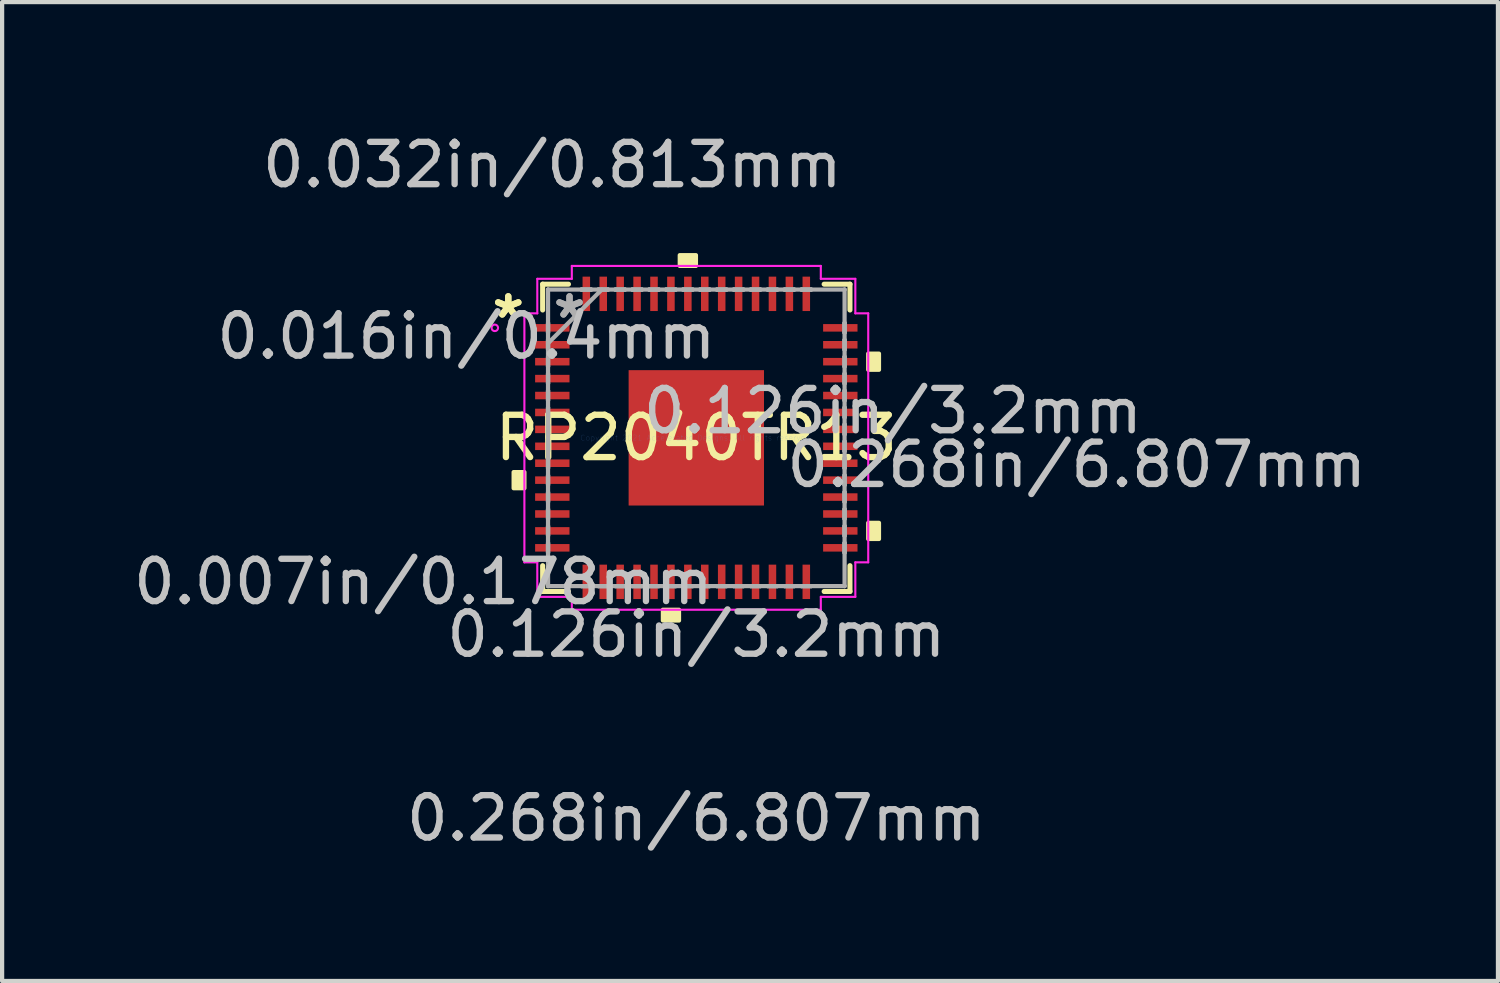
<source format=kicad_pcb>
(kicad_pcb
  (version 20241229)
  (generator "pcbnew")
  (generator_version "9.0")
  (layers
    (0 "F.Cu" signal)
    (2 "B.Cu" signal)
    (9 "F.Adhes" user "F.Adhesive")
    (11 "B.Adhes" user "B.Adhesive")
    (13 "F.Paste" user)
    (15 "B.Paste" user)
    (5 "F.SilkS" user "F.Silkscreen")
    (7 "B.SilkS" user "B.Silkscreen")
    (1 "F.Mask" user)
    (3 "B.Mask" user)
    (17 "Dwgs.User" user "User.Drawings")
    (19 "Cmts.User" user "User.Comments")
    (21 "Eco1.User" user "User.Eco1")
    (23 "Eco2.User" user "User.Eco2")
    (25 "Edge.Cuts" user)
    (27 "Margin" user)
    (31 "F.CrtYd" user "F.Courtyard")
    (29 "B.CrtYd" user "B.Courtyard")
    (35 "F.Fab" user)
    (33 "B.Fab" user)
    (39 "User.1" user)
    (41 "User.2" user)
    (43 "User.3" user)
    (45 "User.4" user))
  (footprint "RP2040TR13"
    (layer "F.Cu")
    (at 13.41 7.3)
    (property "Reference" "RP2040TR13" (at 0 0 0) (layer "F.SilkS") (effects (font (size 1 1) (thickness 0.15))))
    (attr through_hole)
    (fp_line (start -3.632 -3.632) (end -3.632 -3.022) (stroke (width 0.12) (type solid)) (layer "F.SilkS"))
    (fp_line (start -3.632 3.022) (end -3.632 3.632) (stroke (width 0.12) (type solid)) (layer "F.SilkS"))
    (fp_line (start -3.632 3.632) (end -3.022 3.632) (stroke (width 0.12) (type solid)) (layer "F.SilkS"))
    (fp_line (start -3.022 -3.632) (end -3.632 -3.632) (stroke (width 0.12) (type solid)) (layer "F.SilkS"))
    (fp_line (start 3.022 3.632) (end 3.632 3.632) (stroke (width 0.12) (type solid)) (layer "F.SilkS"))
    (fp_line (start 3.632 -3.632) (end 3.022 -3.632) (stroke (width 0.12) (type solid)) (layer "F.SilkS"))
    (fp_line (start 3.632 -3.022) (end 3.632 -3.632) (stroke (width 0.12) (type solid)) (layer "F.SilkS"))
    (fp_line (start 3.632 3.632) (end 3.632 3.022) (stroke (width 0.12) (type solid)) (layer "F.SilkS"))
    (fp_poly (pts (xy -4.318 0.81) (xy -4.318 1.191) (xy -4.064 1.191) (xy -4.064 0.81)) (stroke (width 0.1) (type solid)) (fill yes) (layer "F.SilkS"))
    (fp_poly (pts (xy -0.79 4.064) (xy -0.79 4.318) (xy -0.409 4.318) (xy -0.409 4.064)) (stroke (width 0.1) (type solid)) (fill yes) (layer "F.SilkS"))
    (fp_poly (pts (xy -0.391 -4.064) (xy -0.391 -4.318) (xy -0.009 -4.318) (xy -0.009 -4.064)) (stroke (width 0.1) (type solid)) (fill yes) (layer "F.SilkS"))
    (fp_poly (pts (xy 4.318 -1.99) (xy 4.318 -1.609) (xy 4.064 -1.609) (xy 4.064 -1.99)) (stroke (width 0.1) (type solid)) (fill yes) (layer "F.SilkS"))
    (fp_poly (pts (xy 4.318 2.01) (xy 4.318 2.391) (xy 4.064 2.391) (xy 4.064 2.01)) (stroke (width 0.1) (type solid)) (fill yes) (layer "F.SilkS"))
    (fp_poly (pts (xy -1.5 -1.5) (xy -1.5 -0.1) (xy -0.1 -0.1) (xy -0.1 -1.5)) (stroke (width 0.1) (type solid)) (fill yes) (layer "F.Paste"))
    (fp_poly (pts (xy -1.5 0.1) (xy -1.5 1.5) (xy -0.1 1.5) (xy -0.1 0.1)) (stroke (width 0.1) (type solid)) (fill yes) (layer "F.Paste"))
    (fp_poly (pts (xy 0.1 -1.5) (xy 0.1 -0.1) (xy 1.5 -0.1) (xy 1.5 -1.5)) (stroke (width 0.1) (type solid)) (fill yes) (layer "F.Paste"))
    (fp_poly (pts (xy 0.1 0.1) (xy 0.1 1.5) (xy 1.5 1.5) (xy 1.5 0.1)) (stroke (width 0.1) (type solid)) (fill yes) (layer "F.Paste"))
    (fp_line (start -4.064 -2.943) (end -3.759 -2.943) (stroke (width 0.05) (type solid)) (layer "F.CrtYd"))
    (fp_line (start -4.064 2.943) (end -4.064 -2.943) (stroke (width 0.05) (type solid)) (layer "F.CrtYd"))
    (fp_line (start -3.759 -3.759) (end -2.943 -3.759) (stroke (width 0.05) (type solid)) (layer "F.CrtYd"))
    (fp_line (start -3.759 -2.943) (end -3.759 -3.759) (stroke (width 0.05) (type solid)) (layer "F.CrtYd"))
    (fp_line (start -3.759 2.943) (end -4.064 2.943) (stroke (width 0.05) (type solid)) (layer "F.CrtYd"))
    (fp_line (start -3.759 3.759) (end -3.759 2.943) (stroke (width 0.05) (type solid)) (layer "F.CrtYd"))
    (fp_line (start -2.943 -4.064) (end 2.943 -4.064) (stroke (width 0.05) (type solid)) (layer "F.CrtYd"))
    (fp_line (start -2.943 -3.759) (end -2.943 -4.064) (stroke (width 0.05) (type solid)) (layer "F.CrtYd"))
    (fp_line (start -2.943 3.759) (end -3.759 3.759) (stroke (width 0.05) (type solid)) (layer "F.CrtYd"))
    (fp_line (start -2.943 4.064) (end -2.943 3.759) (stroke (width 0.05) (type solid)) (layer "F.CrtYd"))
    (fp_line (start 2.943 -4.064) (end 2.943 -3.759) (stroke (width 0.05) (type solid)) (layer "F.CrtYd"))
    (fp_line (start 2.943 -3.759) (end 3.759 -3.759) (stroke (width 0.05) (type solid)) (layer "F.CrtYd"))
    (fp_line (start 2.943 3.759) (end 2.943 4.064) (stroke (width 0.05) (type solid)) (layer "F.CrtYd"))
    (fp_line (start 2.943 4.064) (end -2.943 4.064) (stroke (width 0.05) (type solid)) (layer "F.CrtYd"))
    (fp_line (start 3.759 -3.759) (end 3.759 -2.943) (stroke (width 0.05) (type solid)) (layer "F.CrtYd"))
    (fp_line (start 3.759 -2.943) (end 4.064 -2.943) (stroke (width 0.05) (type solid)) (layer "F.CrtYd"))
    (fp_line (start 3.759 2.943) (end 3.759 3.759) (stroke (width 0.05) (type solid)) (layer "F.CrtYd"))
    (fp_line (start 3.759 3.759) (end 2.943 3.759) (stroke (width 0.05) (type solid)) (layer "F.CrtYd"))
    (fp_line (start 4.064 -2.943) (end 4.064 2.943) (stroke (width 0.05) (type solid)) (layer "F.CrtYd"))
    (fp_line (start 4.064 2.943) (end 3.759 2.943) (stroke (width 0.05) (type solid)) (layer "F.CrtYd"))
    (fp_circle (center -4.763 -2.6) (end -4.686 -2.6) (stroke (width 0.05) (type solid)) (fill no) (layer "F.CrtYd"))
    (fp_line (start -3.505 -3.505) (end -3.505 -3.505) (stroke (width 0.1) (type solid)) (layer "F.Fab"))
    (fp_line (start -3.505 -3.505) (end -3.505 3.505) (stroke (width 0.1) (type solid)) (layer "F.Fab"))
    (fp_line (start -3.505 -2.714) (end -3.505 -2.714) (stroke (width 0.1) (type solid)) (layer "F.Fab"))
    (fp_line (start -3.505 -2.714) (end -3.505 -2.486) (stroke (width 0.1) (type solid)) (layer "F.Fab"))
    (fp_line (start -3.505 -2.486) (end -3.505 -2.714) (stroke (width 0.1) (type solid)) (layer "F.Fab"))
    (fp_line (start -3.505 -2.486) (end -3.505 -2.486) (stroke (width 0.1) (type solid)) (layer "F.Fab"))
    (fp_line (start -3.505 -2.314) (end -3.505 -2.314) (stroke (width 0.1) (type solid)) (layer "F.Fab"))
    (fp_line (start -3.505 -2.314) (end -3.505 -2.086) (stroke (width 0.1) (type solid)) (layer "F.Fab"))
    (fp_line (start -3.505 -2.235) (end -2.235 -3.505) (stroke (width 0.1) (type solid)) (layer "F.Fab"))
    (fp_line (start -3.505 -2.086) (end -3.505 -2.314) (stroke (width 0.1) (type solid)) (layer "F.Fab"))
    (fp_line (start -3.505 -2.086) (end -3.505 -2.086) (stroke (width 0.1) (type solid)) (layer "F.Fab"))
    (fp_line (start -3.505 -1.914) (end -3.505 -1.914) (stroke (width 0.1) (type solid)) (layer "F.Fab"))
    (fp_line (start -3.505 -1.914) (end -3.505 -1.686) (stroke (width 0.1) (type solid)) (layer "F.Fab"))
    (fp_line (start -3.505 -1.686) (end -3.505 -1.914) (stroke (width 0.1) (type solid)) (layer "F.Fab"))
    (fp_line (start -3.505 -1.686) (end -3.505 -1.686) (stroke (width 0.1) (type solid)) (layer "F.Fab"))
    (fp_line (start -3.505 -1.514) (end -3.505 -1.514) (stroke (width 0.1) (type solid)) (layer "F.Fab"))
    (fp_line (start -3.505 -1.514) (end -3.505 -1.286) (stroke (width 0.1) (type solid)) (layer "F.Fab"))
    (fp_line (start -3.505 -1.286) (end -3.505 -1.514) (stroke (width 0.1) (type solid)) (layer "F.Fab"))
    (fp_line (start -3.505 -1.286) (end -3.505 -1.286) (stroke (width 0.1) (type solid)) (layer "F.Fab"))
    (fp_line (start -3.505 -1.114) (end -3.505 -1.114) (stroke (width 0.1) (type solid)) (layer "F.Fab"))
    (fp_line (start -3.505 -1.114) (end -3.505 -0.886) (stroke (width 0.1) (type solid)) (layer "F.Fab"))
    (fp_line (start -3.505 -0.886) (end -3.505 -1.114) (stroke (width 0.1) (type solid)) (layer "F.Fab"))
    (fp_line (start -3.505 -0.886) (end -3.505 -0.886) (stroke (width 0.1) (type solid)) (layer "F.Fab"))
    (fp_line (start -3.505 -0.714) (end -3.505 -0.714) (stroke (width 0.1) (type solid)) (layer "F.Fab"))
    (fp_line (start -3.505 -0.714) (end -3.505 -0.486) (stroke (width 0.1) (type solid)) (layer "F.Fab"))
    (fp_line (start -3.505 -0.486) (end -3.505 -0.714) (stroke (width 0.1) (type solid)) (layer "F.Fab"))
    (fp_line (start -3.505 -0.486) (end -3.505 -0.486) (stroke (width 0.1) (type solid)) (layer "F.Fab"))
    (fp_line (start -3.505 -0.314) (end -3.505 -0.314) (stroke (width 0.1) (type solid)) (layer "F.Fab"))
    (fp_line (start -3.505 -0.314) (end -3.505 -0.086) (stroke (width 0.1) (type solid)) (layer "F.Fab"))
    (fp_line (start -3.505 -0.086) (end -3.505 -0.314) (stroke (width 0.1) (type solid)) (layer "F.Fab"))
    (fp_line (start -3.505 -0.086) (end -3.505 -0.086) (stroke (width 0.1) (type solid)) (layer "F.Fab"))
    (fp_line (start -3.505 0.086) (end -3.505 0.086) (stroke (width 0.1) (type solid)) (layer "F.Fab"))
    (fp_line (start -3.505 0.086) (end -3.505 0.314) (stroke (width 0.1) (type solid)) (layer "F.Fab"))
    (fp_line (start -3.505 0.314) (end -3.505 0.086) (stroke (width 0.1) (type solid)) (layer "F.Fab"))
    (fp_line (start -3.505 0.314) (end -3.505 0.314) (stroke (width 0.1) (type solid)) (layer "F.Fab"))
    (fp_line (start -3.505 0.486) (end -3.505 0.486) (stroke (width 0.1) (type solid)) (layer "F.Fab"))
    (fp_line (start -3.505 0.486) (end -3.505 0.714) (stroke (width 0.1) (type solid)) (layer "F.Fab"))
    (fp_line (start -3.505 0.714) (end -3.505 0.486) (stroke (width 0.1) (type solid)) (layer "F.Fab"))
    (fp_line (start -3.505 0.714) (end -3.505 0.714) (stroke (width 0.1) (type solid)) (layer "F.Fab"))
    (fp_line (start -3.505 0.886) (end -3.505 0.886) (stroke (width 0.1) (type solid)) (layer "F.Fab"))
    (fp_line (start -3.505 0.886) (end -3.505 1.114) (stroke (width 0.1) (type solid)) (layer "F.Fab"))
    (fp_line (start -3.505 1.114) (end -3.505 0.886) (stroke (width 0.1) (type solid)) (layer "F.Fab"))
    (fp_line (start -3.505 1.114) (end -3.505 1.114) (stroke (width 0.1) (type solid)) (layer "F.Fab"))
    (fp_line (start -3.505 1.286) (end -3.505 1.286) (stroke (width 0.1) (type solid)) (layer "F.Fab"))
    (fp_line (start -3.505 1.286) (end -3.505 1.514) (stroke (width 0.1) (type solid)) (layer "F.Fab"))
    (fp_line (start -3.505 1.514) (end -3.505 1.286) (stroke (width 0.1) (type solid)) (layer "F.Fab"))
    (fp_line (start -3.505 1.514) (end -3.505 1.514) (stroke (width 0.1) (type solid)) (layer "F.Fab"))
    (fp_line (start -3.505 1.686) (end -3.505 1.686) (stroke (width 0.1) (type solid)) (layer "F.Fab"))
    (fp_line (start -3.505 1.686) (end -3.505 1.914) (stroke (width 0.1) (type solid)) (layer "F.Fab"))
    (fp_line (start -3.505 1.914) (end -3.505 1.686) (stroke (width 0.1) (type solid)) (layer "F.Fab"))
    (fp_line (start -3.505 1.914) (end -3.505 1.914) (stroke (width 0.1) (type solid)) (layer "F.Fab"))
    (fp_line (start -3.505 2.086) (end -3.505 2.086) (stroke (width 0.1) (type solid)) (layer "F.Fab"))
    (fp_line (start -3.505 2.086) (end -3.505 2.314) (stroke (width 0.1) (type solid)) (layer "F.Fab"))
    (fp_line (start -3.505 2.314) (end -3.505 2.086) (stroke (width 0.1) (type solid)) (layer "F.Fab"))
    (fp_line (start -3.505 2.314) (end -3.505 2.314) (stroke (width 0.1) (type solid)) (layer "F.Fab"))
    (fp_line (start -3.505 2.486) (end -3.505 2.486) (stroke (width 0.1) (type solid)) (layer "F.Fab"))
    (fp_line (start -3.505 2.486) (end -3.505 2.714) (stroke (width 0.1) (type solid)) (layer "F.Fab"))
    (fp_line (start -3.505 2.714) (end -3.505 2.486) (stroke (width 0.1) (type solid)) (layer "F.Fab"))
    (fp_line (start -3.505 2.714) (end -3.505 2.714) (stroke (width 0.1) (type solid)) (layer "F.Fab"))
    (fp_line (start -3.505 3.505) (end -3.505 3.505) (stroke (width 0.1) (type solid)) (layer "F.Fab"))
    (fp_line (start -3.505 3.505) (end 3.505 3.505) (stroke (width 0.1) (type solid)) (layer "F.Fab"))
    (fp_line (start -2.714 -3.505) (end -2.714 -3.505) (stroke (width 0.1) (type solid)) (layer "F.Fab"))
    (fp_line (start -2.714 -3.505) (end -2.486 -3.505) (stroke (width 0.1) (type solid)) (layer "F.Fab"))
    (fp_line (start -2.714 3.505) (end -2.714 3.505) (stroke (width 0.1) (type solid)) (layer "F.Fab"))
    (fp_line (start -2.714 3.505) (end -2.486 3.505) (stroke (width 0.1) (type solid)) (layer "F.Fab"))
    (fp_line (start -2.486 -3.505) (end -2.714 -3.505) (stroke (width 0.1) (type solid)) (layer "F.Fab"))
    (fp_line (start -2.486 -3.505) (end -2.486 -3.505) (stroke (width 0.1) (type solid)) (layer "F.Fab"))
    (fp_line (start -2.486 3.505) (end -2.714 3.505) (stroke (width 0.1) (type solid)) (layer "F.Fab"))
    (fp_line (start -2.486 3.505) (end -2.486 3.505) (stroke (width 0.1) (type solid)) (layer "F.Fab"))
    (fp_line (start -2.314 -3.505) (end -2.314 -3.505) (stroke (width 0.1) (type solid)) (layer "F.Fab"))
    (fp_line (start -2.314 -3.505) (end -2.086 -3.505) (stroke (width 0.1) (type solid)) (layer "F.Fab"))
    (fp_line (start -2.314 3.505) (end -2.314 3.505) (stroke (width 0.1) (type solid)) (layer "F.Fab"))
    (fp_line (start -2.314 3.505) (end -2.086 3.505) (stroke (width 0.1) (type solid)) (layer "F.Fab"))
    (fp_line (start -2.086 -3.505) (end -2.314 -3.505) (stroke (width 0.1) (type solid)) (layer "F.Fab"))
    (fp_line (start -2.086 -3.505) (end -2.086 -3.505) (stroke (width 0.1) (type solid)) (layer "F.Fab"))
    (fp_line (start -2.086 3.505) (end -2.314 3.505) (stroke (width 0.1) (type solid)) (layer "F.Fab"))
    (fp_line (start -2.086 3.505) (end -2.086 3.505) (stroke (width 0.1) (type solid)) (layer "F.Fab"))
    (fp_line (start -1.914 -3.505) (end -1.914 -3.505) (stroke (width 0.1) (type solid)) (layer "F.Fab"))
    (fp_line (start -1.914 -3.505) (end -1.686 -3.505) (stroke (width 0.1) (type solid)) (layer "F.Fab"))
    (fp_line (start -1.914 3.505) (end -1.914 3.505) (stroke (width 0.1) (type solid)) (layer "F.Fab"))
    (fp_line (start -1.914 3.505) (end -1.686 3.505) (stroke (width 0.1) (type solid)) (layer "F.Fab"))
    (fp_line (start -1.686 -3.505) (end -1.914 -3.505) (stroke (width 0.1) (type solid)) (layer "F.Fab"))
    (fp_line (start -1.686 -3.505) (end -1.686 -3.505) (stroke (width 0.1) (type solid)) (layer "F.Fab"))
    (fp_line (start -1.686 3.505) (end -1.914 3.505) (stroke (width 0.1) (type solid)) (layer "F.Fab"))
    (fp_line (start -1.686 3.505) (end -1.686 3.505) (stroke (width 0.1) (type solid)) (layer "F.Fab"))
    (fp_line (start -1.514 -3.505) (end -1.514 -3.505) (stroke (width 0.1) (type solid)) (layer "F.Fab"))
    (fp_line (start -1.514 -3.505) (end -1.286 -3.505) (stroke (width 0.1) (type solid)) (layer "F.Fab"))
    (fp_line (start -1.514 3.505) (end -1.514 3.505) (stroke (width 0.1) (type solid)) (layer "F.Fab"))
    (fp_line (start -1.514 3.505) (end -1.286 3.505) (stroke (width 0.1) (type solid)) (layer "F.Fab"))
    (fp_line (start -1.286 -3.505) (end -1.514 -3.505) (stroke (width 0.1) (type solid)) (layer "F.Fab"))
    (fp_line (start -1.286 -3.505) (end -1.286 -3.505) (stroke (width 0.1) (type solid)) (layer "F.Fab"))
    (fp_line (start -1.286 3.505) (end -1.514 3.505) (stroke (width 0.1) (type solid)) (layer "F.Fab"))
    (fp_line (start -1.286 3.505) (end -1.286 3.505) (stroke (width 0.1) (type solid)) (layer "F.Fab"))
    (fp_line (start -1.114 -3.505) (end -1.114 -3.505) (stroke (width 0.1) (type solid)) (layer "F.Fab"))
    (fp_line (start -1.114 -3.505) (end -0.886 -3.505) (stroke (width 0.1) (type solid)) (layer "F.Fab"))
    (fp_line (start -1.114 3.505) (end -1.114 3.505) (stroke (width 0.1) (type solid)) (layer "F.Fab"))
    (fp_line (start -1.114 3.505) (end -0.886 3.505) (stroke (width 0.1) (type solid)) (layer "F.Fab"))
    (fp_line (start -0.886 -3.505) (end -1.114 -3.505) (stroke (width 0.1) (type solid)) (layer "F.Fab"))
    (fp_line (start -0.886 -3.505) (end -0.886 -3.505) (stroke (width 0.1) (type solid)) (layer "F.Fab"))
    (fp_line (start -0.886 3.505) (end -1.114 3.505) (stroke (width 0.1) (type solid)) (layer "F.Fab"))
    (fp_line (start -0.886 3.505) (end -0.886 3.505) (stroke (width 0.1) (type solid)) (layer "F.Fab"))
    (fp_line (start -0.714 -3.505) (end -0.714 -3.505) (stroke (width 0.1) (type solid)) (layer "F.Fab"))
    (fp_line (start -0.714 -3.505) (end -0.486 -3.505) (stroke (width 0.1) (type solid)) (layer "F.Fab"))
    (fp_line (start -0.714 3.505) (end -0.714 3.505) (stroke (width 0.1) (type solid)) (layer "F.Fab"))
    (fp_line (start -0.714 3.505) (end -0.486 3.505) (stroke (width 0.1) (type solid)) (layer "F.Fab"))
    (fp_line (start -0.486 -3.505) (end -0.714 -3.505) (stroke (width 0.1) (type solid)) (layer "F.Fab"))
    (fp_line (start -0.486 -3.505) (end -0.486 -3.505) (stroke (width 0.1) (type solid)) (layer "F.Fab"))
    (fp_line (start -0.486 3.505) (end -0.714 3.505) (stroke (width 0.1) (type solid)) (layer "F.Fab"))
    (fp_line (start -0.486 3.505) (end -0.486 3.505) (stroke (width 0.1) (type solid)) (layer "F.Fab"))
    (fp_line (start -0.314 -3.505) (end -0.314 -3.505) (stroke (width 0.1) (type solid)) (layer "F.Fab"))
    (fp_line (start -0.314 -3.505) (end -0.086 -3.505) (stroke (width 0.1) (type solid)) (layer "F.Fab"))
    (fp_line (start -0.314 3.505) (end -0.314 3.505) (stroke (width 0.1) (type solid)) (layer "F.Fab"))
    (fp_line (start -0.314 3.505) (end -0.086 3.505) (stroke (width 0.1) (type solid)) (layer "F.Fab"))
    (fp_line (start -0.086 -3.505) (end -0.314 -3.505) (stroke (width 0.1) (type solid)) (layer "F.Fab"))
    (fp_line (start -0.086 -3.505) (end -0.086 -3.505) (stroke (width 0.1) (type solid)) (layer "F.Fab"))
    (fp_line (start -0.086 3.505) (end -0.314 3.505) (stroke (width 0.1) (type solid)) (layer "F.Fab"))
    (fp_line (start -0.086 3.505) (end -0.086 3.505) (stroke (width 0.1) (type solid)) (layer "F.Fab"))
    (fp_line (start 0.086 -3.505) (end 0.086 -3.505) (stroke (width 0.1) (type solid)) (layer "F.Fab"))
    (fp_line (start 0.086 -3.505) (end 0.314 -3.505) (stroke (width 0.1) (type solid)) (layer "F.Fab"))
    (fp_line (start 0.086 3.505) (end 0.086 3.505) (stroke (width 0.1) (type solid)) (layer "F.Fab"))
    (fp_line (start 0.086 3.505) (end 0.314 3.505) (stroke (width 0.1) (type solid)) (layer "F.Fab"))
    (fp_line (start 0.314 -3.505) (end 0.086 -3.505) (stroke (width 0.1) (type solid)) (layer "F.Fab"))
    (fp_line (start 0.314 -3.505) (end 0.314 -3.505) (stroke (width 0.1) (type solid)) (layer "F.Fab"))
    (fp_line (start 0.314 3.505) (end 0.086 3.505) (stroke (width 0.1) (type solid)) (layer "F.Fab"))
    (fp_line (start 0.314 3.505) (end 0.314 3.505) (stroke (width 0.1) (type solid)) (layer "F.Fab"))
    (fp_line (start 0.486 -3.505) (end 0.486 -3.505) (stroke (width 0.1) (type solid)) (layer "F.Fab"))
    (fp_line (start 0.486 -3.505) (end 0.714 -3.505) (stroke (width 0.1) (type solid)) (layer "F.Fab"))
    (fp_line (start 0.486 3.505) (end 0.486 3.505) (stroke (width 0.1) (type solid)) (layer "F.Fab"))
    (fp_line (start 0.486 3.505) (end 0.714 3.505) (stroke (width 0.1) (type solid)) (layer "F.Fab"))
    (fp_line (start 0.714 -3.505) (end 0.486 -3.505) (stroke (width 0.1) (type solid)) (layer "F.Fab"))
    (fp_line (start 0.714 -3.505) (end 0.714 -3.505) (stroke (width 0.1) (type solid)) (layer "F.Fab"))
    (fp_line (start 0.714 3.505) (end 0.486 3.505) (stroke (width 0.1) (type solid)) (layer "F.Fab"))
    (fp_line (start 0.714 3.505) (end 0.714 3.505) (stroke (width 0.1) (type solid)) (layer "F.Fab"))
    (fp_line (start 0.886 -3.505) (end 0.886 -3.505) (stroke (width 0.1) (type solid)) (layer "F.Fab"))
    (fp_line (start 0.886 -3.505) (end 1.114 -3.505) (stroke (width 0.1) (type solid)) (layer "F.Fab"))
    (fp_line (start 0.886 3.505) (end 0.886 3.505) (stroke (width 0.1) (type solid)) (layer "F.Fab"))
    (fp_line (start 0.886 3.505) (end 1.114 3.505) (stroke (width 0.1) (type solid)) (layer "F.Fab"))
    (fp_line (start 1.114 -3.505) (end 0.886 -3.505) (stroke (width 0.1) (type solid)) (layer "F.Fab"))
    (fp_line (start 1.114 -3.505) (end 1.114 -3.505) (stroke (width 0.1) (type solid)) (layer "F.Fab"))
    (fp_line (start 1.114 3.505) (end 0.886 3.505) (stroke (width 0.1) (type solid)) (layer "F.Fab"))
    (fp_line (start 1.114 3.505) (end 1.114 3.505) (stroke (width 0.1) (type solid)) (layer "F.Fab"))
    (fp_line (start 1.286 -3.505) (end 1.286 -3.505) (stroke (width 0.1) (type solid)) (layer "F.Fab"))
    (fp_line (start 1.286 -3.505) (end 1.514 -3.505) (stroke (width 0.1) (type solid)) (layer "F.Fab"))
    (fp_line (start 1.286 3.505) (end 1.286 3.505) (stroke (width 0.1) (type solid)) (layer "F.Fab"))
    (fp_line (start 1.286 3.505) (end 1.514 3.505) (stroke (width 0.1) (type solid)) (layer "F.Fab"))
    (fp_line (start 1.514 -3.505) (end 1.286 -3.505) (stroke (width 0.1) (type solid)) (layer "F.Fab"))
    (fp_line (start 1.514 -3.505) (end 1.514 -3.505) (stroke (width 0.1) (type solid)) (layer "F.Fab"))
    (fp_line (start 1.514 3.505) (end 1.286 3.505) (stroke (width 0.1) (type solid)) (layer "F.Fab"))
    (fp_line (start 1.514 3.505) (end 1.514 3.505) (stroke (width 0.1) (type solid)) (layer "F.Fab"))
    (fp_line (start 1.686 -3.505) (end 1.686 -3.505) (stroke (width 0.1) (type solid)) (layer "F.Fab"))
    (fp_line (start 1.686 -3.505) (end 1.914 -3.505) (stroke (width 0.1) (type solid)) (layer "F.Fab"))
    (fp_line (start 1.686 3.505) (end 1.686 3.505) (stroke (width 0.1) (type solid)) (layer "F.Fab"))
    (fp_line (start 1.686 3.505) (end 1.914 3.505) (stroke (width 0.1) (type solid)) (layer "F.Fab"))
    (fp_line (start 1.914 -3.505) (end 1.686 -3.505) (stroke (width 0.1) (type solid)) (layer "F.Fab"))
    (fp_line (start 1.914 -3.505) (end 1.914 -3.505) (stroke (width 0.1) (type solid)) (layer "F.Fab"))
    (fp_line (start 1.914 3.505) (end 1.686 3.505) (stroke (width 0.1) (type solid)) (layer "F.Fab"))
    (fp_line (start 1.914 3.505) (end 1.914 3.505) (stroke (width 0.1) (type solid)) (layer "F.Fab"))
    (fp_line (start 2.086 -3.505) (end 2.086 -3.505) (stroke (width 0.1) (type solid)) (layer "F.Fab"))
    (fp_line (start 2.086 -3.505) (end 2.314 -3.505) (stroke (width 0.1) (type solid)) (layer "F.Fab"))
    (fp_line (start 2.086 3.505) (end 2.086 3.505) (stroke (width 0.1) (type solid)) (layer "F.Fab"))
    (fp_line (start 2.086 3.505) (end 2.314 3.505) (stroke (width 0.1) (type solid)) (layer "F.Fab"))
    (fp_line (start 2.314 -3.505) (end 2.086 -3.505) (stroke (width 0.1) (type solid)) (layer "F.Fab"))
    (fp_line (start 2.314 -3.505) (end 2.314 -3.505) (stroke (width 0.1) (type solid)) (layer "F.Fab"))
    (fp_line (start 2.314 3.505) (end 2.086 3.505) (stroke (width 0.1) (type solid)) (layer "F.Fab"))
    (fp_line (start 2.314 3.505) (end 2.314 3.505) (stroke (width 0.1) (type solid)) (layer "F.Fab"))
    (fp_line (start 2.486 -3.505) (end 2.486 -3.505) (stroke (width 0.1) (type solid)) (layer "F.Fab"))
    (fp_line (start 2.486 -3.505) (end 2.714 -3.505) (stroke (width 0.1) (type solid)) (layer "F.Fab"))
    (fp_line (start 2.486 3.505) (end 2.486 3.505) (stroke (width 0.1) (type solid)) (layer "F.Fab"))
    (fp_line (start 2.486 3.505) (end 2.714 3.505) (stroke (width 0.1) (type solid)) (layer "F.Fab"))
    (fp_line (start 2.714 -3.505) (end 2.486 -3.505) (stroke (width 0.1) (type solid)) (layer "F.Fab"))
    (fp_line (start 2.714 -3.505) (end 2.714 -3.505) (stroke (width 0.1) (type solid)) (layer "F.Fab"))
    (fp_line (start 2.714 3.505) (end 2.486 3.505) (stroke (width 0.1) (type solid)) (layer "F.Fab"))
    (fp_line (start 2.714 3.505) (end 2.714 3.505) (stroke (width 0.1) (type solid)) (layer "F.Fab"))
    (fp_line (start 3.505 -3.505) (end -3.505 -3.505) (stroke (width 0.1) (type solid)) (layer "F.Fab"))
    (fp_line (start 3.505 -3.505) (end 3.505 -3.505) (stroke (width 0.1) (type solid)) (layer "F.Fab"))
    (fp_line (start 3.505 -2.714) (end 3.505 -2.714) (stroke (width 0.1) (type solid)) (layer "F.Fab"))
    (fp_line (start 3.505 -2.714) (end 3.505 -2.486) (stroke (width 0.1) (type solid)) (layer "F.Fab"))
    (fp_line (start 3.505 -2.486) (end 3.505 -2.714) (stroke (width 0.1) (type solid)) (layer "F.Fab"))
    (fp_line (start 3.505 -2.486) (end 3.505 -2.486) (stroke (width 0.1) (type solid)) (layer "F.Fab"))
    (fp_line (start 3.505 -2.314) (end 3.505 -2.314) (stroke (width 0.1) (type solid)) (layer "F.Fab"))
    (fp_line (start 3.505 -2.314) (end 3.505 -2.086) (stroke (width 0.1) (type solid)) (layer "F.Fab"))
    (fp_line (start 3.505 -2.086) (end 3.505 -2.314) (stroke (width 0.1) (type solid)) (layer "F.Fab"))
    (fp_line (start 3.505 -2.086) (end 3.505 -2.086) (stroke (width 0.1) (type solid)) (layer "F.Fab"))
    (fp_line (start 3.505 -1.914) (end 3.505 -1.914) (stroke (width 0.1) (type solid)) (layer "F.Fab"))
    (fp_line (start 3.505 -1.914) (end 3.505 -1.686) (stroke (width 0.1) (type solid)) (layer "F.Fab"))
    (fp_line (start 3.505 -1.686) (end 3.505 -1.914) (stroke (width 0.1) (type solid)) (layer "F.Fab"))
    (fp_line (start 3.505 -1.686) (end 3.505 -1.686) (stroke (width 0.1) (type solid)) (layer "F.Fab"))
    (fp_line (start 3.505 -1.514) (end 3.505 -1.514) (stroke (width 0.1) (type solid)) (layer "F.Fab"))
    (fp_line (start 3.505 -1.514) (end 3.505 -1.286) (stroke (width 0.1) (type solid)) (layer "F.Fab"))
    (fp_line (start 3.505 -1.286) (end 3.505 -1.514) (stroke (width 0.1) (type solid)) (layer "F.Fab"))
    (fp_line (start 3.505 -1.286) (end 3.505 -1.286) (stroke (width 0.1) (type solid)) (layer "F.Fab"))
    (fp_line (start 3.505 -1.114) (end 3.505 -1.114) (stroke (width 0.1) (type solid)) (layer "F.Fab"))
    (fp_line (start 3.505 -1.114) (end 3.505 -0.886) (stroke (width 0.1) (type solid)) (layer "F.Fab"))
    (fp_line (start 3.505 -0.886) (end 3.505 -1.114) (stroke (width 0.1) (type solid)) (layer "F.Fab"))
    (fp_line (start 3.505 -0.886) (end 3.505 -0.886) (stroke (width 0.1) (type solid)) (layer "F.Fab"))
    (fp_line (start 3.505 -0.714) (end 3.505 -0.714) (stroke (width 0.1) (type solid)) (layer "F.Fab"))
    (fp_line (start 3.505 -0.714) (end 3.505 -0.486) (stroke (width 0.1) (type solid)) (layer "F.Fab"))
    (fp_line (start 3.505 -0.486) (end 3.505 -0.714) (stroke (width 0.1) (type solid)) (layer "F.Fab"))
    (fp_line (start 3.505 -0.486) (end 3.505 -0.486) (stroke (width 0.1) (type solid)) (layer "F.Fab"))
    (fp_line (start 3.505 -0.314) (end 3.505 -0.314) (stroke (width 0.1) (type solid)) (layer "F.Fab"))
    (fp_line (start 3.505 -0.314) (end 3.505 -0.086) (stroke (width 0.1) (type solid)) (layer "F.Fab"))
    (fp_line (start 3.505 -0.086) (end 3.505 -0.314) (stroke (width 0.1) (type solid)) (layer "F.Fab"))
    (fp_line (start 3.505 -0.086) (end 3.505 -0.086) (stroke (width 0.1) (type solid)) (layer "F.Fab"))
    (fp_line (start 3.505 0.086) (end 3.505 0.086) (stroke (width 0.1) (type solid)) (layer "F.Fab"))
    (fp_line (start 3.505 0.086) (end 3.505 0.314) (stroke (width 0.1) (type solid)) (layer "F.Fab"))
    (fp_line (start 3.505 0.314) (end 3.505 0.086) (stroke (width 0.1) (type solid)) (layer "F.Fab"))
    (fp_line (start 3.505 0.314) (end 3.505 0.314) (stroke (width 0.1) (type solid)) (layer "F.Fab"))
    (fp_line (start 3.505 0.486) (end 3.505 0.486) (stroke (width 0.1) (type solid)) (layer "F.Fab"))
    (fp_line (start 3.505 0.486) (end 3.505 0.714) (stroke (width 0.1) (type solid)) (layer "F.Fab"))
    (fp_line (start 3.505 0.714) (end 3.505 0.486) (stroke (width 0.1) (type solid)) (layer "F.Fab"))
    (fp_line (start 3.505 0.714) (end 3.505 0.714) (stroke (width 0.1) (type solid)) (layer "F.Fab"))
    (fp_line (start 3.505 0.886) (end 3.505 0.886) (stroke (width 0.1) (type solid)) (layer "F.Fab"))
    (fp_line (start 3.505 0.886) (end 3.505 1.114) (stroke (width 0.1) (type solid)) (layer "F.Fab"))
    (fp_line (start 3.505 1.114) (end 3.505 0.886) (stroke (width 0.1) (type solid)) (layer "F.Fab"))
    (fp_line (start 3.505 1.114) (end 3.505 1.114) (stroke (width 0.1) (type solid)) (layer "F.Fab"))
    (fp_line (start 3.505 1.286) (end 3.505 1.286) (stroke (width 0.1) (type solid)) (layer "F.Fab"))
    (fp_line (start 3.505 1.286) (end 3.505 1.514) (stroke (width 0.1) (type solid)) (layer "F.Fab"))
    (fp_line (start 3.505 1.514) (end 3.505 1.286) (stroke (width 0.1) (type solid)) (layer "F.Fab"))
    (fp_line (start 3.505 1.514) (end 3.505 1.514) (stroke (width 0.1) (type solid)) (layer "F.Fab"))
    (fp_line (start 3.505 1.686) (end 3.505 1.686) (stroke (width 0.1) (type solid)) (layer "F.Fab"))
    (fp_line (start 3.505 1.686) (end 3.505 1.914) (stroke (width 0.1) (type solid)) (layer "F.Fab"))
    (fp_line (start 3.505 1.914) (end 3.505 1.686) (stroke (width 0.1) (type solid)) (layer "F.Fab"))
    (fp_line (start 3.505 1.914) (end 3.505 1.914) (stroke (width 0.1) (type solid)) (layer "F.Fab"))
    (fp_line (start 3.505 2.086) (end 3.505 2.086) (stroke (width 0.1) (type solid)) (layer "F.Fab"))
    (fp_line (start 3.505 2.086) (end 3.505 2.314) (stroke (width 0.1) (type solid)) (layer "F.Fab"))
    (fp_line (start 3.505 2.314) (end 3.505 2.086) (stroke (width 0.1) (type solid)) (layer "F.Fab"))
    (fp_line (start 3.505 2.314) (end 3.505 2.314) (stroke (width 0.1) (type solid)) (layer "F.Fab"))
    (fp_line (start 3.505 2.486) (end 3.505 2.486) (stroke (width 0.1) (type solid)) (layer "F.Fab"))
    (fp_line (start 3.505 2.486) (end 3.505 2.714) (stroke (width 0.1) (type solid)) (layer "F.Fab"))
    (fp_line (start 3.505 2.714) (end 3.505 2.486) (stroke (width 0.1) (type solid)) (layer "F.Fab"))
    (fp_line (start 3.505 2.714) (end 3.505 2.714) (stroke (width 0.1) (type solid)) (layer "F.Fab"))
    (fp_line (start 3.505 3.505) (end 3.505 -3.505) (stroke (width 0.1) (type solid)) (layer "F.Fab"))
    (fp_line (start 3.505 3.505) (end 3.505 3.505) (stroke (width 0.1) (type solid)) (layer "F.Fab"))
    (fp_text user "*" (at -4.445 -2.8 0) (layer "F.SilkS") (effects (font (size 1 1) (thickness 0.15))))
    (fp_text user "*" (at -4.445 -2.8 0) (layer "F.SilkS") (effects (font (size 1 1) (thickness 0.15))))
    (fp_text user "0.032in/0.813mm" (at -3.404 -6.452 0) (layer "Dwgs.User") (effects (font (size 1 1) (thickness 0.15))))
    (fp_text user "0.268in/6.807mm" (at 8.992 0.635 0) (layer "Dwgs.User") (effects (font (size 1 1) (thickness 0.15))))
    (fp_text user "0.268in/6.807mm" (at 0 8.992 0) (layer "Dwgs.User") (effects (font (size 1 1) (thickness 0.15))))
    (fp_text user "0.126in/3.2mm" (at 0 4.648 0) (layer "Dwgs.User") (effects (font (size 1 1) (thickness 0.15))))
    (fp_text user "0.007in/0.178mm" (at -6.452 3.404 0) (layer "Dwgs.User") (effects (font (size 1 1) (thickness 0.15))))
    (fp_text user "0.126in/3.2mm" (at 4.648 -0.635 0) (layer "Dwgs.User") (effects (font (size 1 1) (thickness 0.15))))
    (fp_text user "0.016in/0.4mm" (at -5.436 -2.4 0) (layer "Dwgs.User") (effects (font (size 1 1) (thickness 0.15))))
    (fp_text user "Copyright 2021 Accelerated Designs. All rights reserved." (at 0 0 0) (layer "Cmts.User") (effects (font (size 0.127 0.127) (thickness 0.002))))
    (fp_text user "*" (at -2.997 -2.8 0) (layer "F.Fab") (effects (font (size 1 1) (thickness 0.15))))
    (fp_text user "*" (at -2.997 -2.8 0) (layer "F.Fab") (effects (font (size 1 1) (thickness 0.15))))
    (pad "1" smd rect (at -3.404 -2.6 90) (size 0.178 0.813) (layers "F.Cu" "F.Mask" "F.Paste"))
    (pad "2" smd rect (at -3.404 -2.2 90) (size 0.178 0.813) (layers "F.Cu" "F.Mask" "F.Paste"))
    (pad "3" smd rect (at -3.404 -1.8 90) (size 0.178 0.813) (layers "F.Cu" "F.Mask" "F.Paste"))
    (pad "4" smd rect (at -3.404 -1.4 90) (size 0.178 0.813) (layers "F.Cu" "F.Mask" "F.Paste"))
    (pad "5" smd rect (at -3.404 -1 90) (size 0.178 0.813) (layers "F.Cu" "F.Mask" "F.Paste"))
    (pad "6" smd rect (at -3.404 -0.6 90) (size 0.178 0.813) (layers "F.Cu" "F.Mask" "F.Paste"))
    (pad "7" smd rect (at -3.404 -0.2 90) (size 0.178 0.813) (layers "F.Cu" "F.Mask" "F.Paste"))
    (pad "8" smd rect (at -3.404 0.2 90) (size 0.178 0.813) (layers "F.Cu" "F.Mask" "F.Paste"))
    (pad "9" smd rect (at -3.404 0.6 90) (size 0.178 0.813) (layers "F.Cu" "F.Mask" "F.Paste"))
    (pad "10" smd rect (at -3.404 1 90) (size 0.178 0.813) (layers "F.Cu" "F.Mask" "F.Paste"))
    (pad "11" smd rect (at -3.404 1.4 90) (size 0.178 0.813) (layers "F.Cu" "F.Mask" "F.Paste"))
    (pad "12" smd rect (at -3.404 1.8 90) (size 0.178 0.813) (layers "F.Cu" "F.Mask" "F.Paste"))
    (pad "13" smd rect (at -3.404 2.2 90) (size 0.178 0.813) (layers "F.Cu" "F.Mask" "F.Paste"))
    (pad "14" smd rect (at -3.404 2.6 90) (size 0.178 0.813) (layers "F.Cu" "F.Mask" "F.Paste"))
    (pad "15" smd rect (at -2.6 3.404) (size 0.178 0.813) (layers "F.Cu" "F.Mask" "F.Paste"))
    (pad "16" smd rect (at -2.2 3.404) (size 0.178 0.813) (layers "F.Cu" "F.Mask" "F.Paste"))
    (pad "17" smd rect (at -1.8 3.404) (size 0.178 0.813) (layers "F.Cu" "F.Mask" "F.Paste"))
    (pad "18" smd rect (at -1.4 3.404) (size 0.178 0.813) (layers "F.Cu" "F.Mask" "F.Paste"))
    (pad "19" smd rect (at -1 3.404) (size 0.178 0.813) (layers "F.Cu" "F.Mask" "F.Paste"))
    (pad "20" smd rect (at -0.6 3.404) (size 0.178 0.813) (layers "F.Cu" "F.Mask" "F.Paste"))
    (pad "21" smd rect (at -0.2 3.404) (size 0.178 0.813) (layers "F.Cu" "F.Mask" "F.Paste"))
    (pad "22" smd rect (at 0.2 3.404) (size 0.178 0.813) (layers "F.Cu" "F.Mask" "F.Paste"))
    (pad "23" smd rect (at 0.6 3.404) (size 0.178 0.813) (layers "F.Cu" "F.Mask" "F.Paste"))
    (pad "24" smd rect (at 1 3.404) (size 0.178 0.813) (layers "F.Cu" "F.Mask" "F.Paste"))
    (pad "25" smd rect (at 1.4 3.404) (size 0.178 0.813) (layers "F.Cu" "F.Mask" "F.Paste"))
    (pad "26" smd rect (at 1.8 3.404) (size 0.178 0.813) (layers "F.Cu" "F.Mask" "F.Paste"))
    (pad "27" smd rect (at 2.2 3.404) (size 0.178 0.813) (layers "F.Cu" "F.Mask" "F.Paste"))
    (pad "28" smd rect (at 2.6 3.404) (size 0.178 0.813) (layers "F.Cu" "F.Mask" "F.Paste"))
    (pad "29" smd rect (at 3.404 2.6 90) (size 0.178 0.813) (layers "F.Cu" "F.Mask" "F.Paste"))
    (pad "30" smd rect (at 3.404 2.2 90) (size 0.178 0.813) (layers "F.Cu" "F.Mask" "F.Paste"))
    (pad "31" smd rect (at 3.404 1.8 90) (size 0.178 0.813) (layers "F.Cu" "F.Mask" "F.Paste"))
    (pad "32" smd rect (at 3.404 1.4 90) (size 0.178 0.813) (layers "F.Cu" "F.Mask" "F.Paste"))
    (pad "33" smd rect (at 3.404 1 90) (size 0.178 0.813) (layers "F.Cu" "F.Mask" "F.Paste"))
    (pad "34" smd rect (at 3.404 0.6 90) (size 0.178 0.813) (layers "F.Cu" "F.Mask" "F.Paste"))
    (pad "35" smd rect (at 3.404 0.2 90) (size 0.178 0.813) (layers "F.Cu" "F.Mask" "F.Paste"))
    (pad "36" smd rect (at 3.404 -0.2 90) (size 0.178 0.813) (layers "F.Cu" "F.Mask" "F.Paste"))
    (pad "37" smd rect (at 3.404 -0.6 90) (size 0.178 0.813) (layers "F.Cu" "F.Mask" "F.Paste"))
    (pad "38" smd rect (at 3.404 -1 90) (size 0.178 0.813) (layers "F.Cu" "F.Mask" "F.Paste"))
    (pad "39" smd rect (at 3.404 -1.4 90) (size 0.178 0.813) (layers "F.Cu" "F.Mask" "F.Paste"))
    (pad "40" smd rect (at 3.404 -1.8 90) (size 0.178 0.813) (layers "F.Cu" "F.Mask" "F.Paste"))
    (pad "41" smd rect (at 3.404 -2.2 90) (size 0.178 0.813) (layers "F.Cu" "F.Mask" "F.Paste"))
    (pad "42" smd rect (at 3.404 -2.6 90) (size 0.178 0.813) (layers "F.Cu" "F.Mask" "F.Paste"))
    (pad "43" smd rect (at 2.6 -3.404) (size 0.178 0.813) (layers "F.Cu" "F.Mask" "F.Paste"))
    (pad "44" smd rect (at 2.2 -3.404) (size 0.178 0.813) (layers "F.Cu" "F.Mask" "F.Paste"))
    (pad "45" smd rect (at 1.8 -3.404) (size 0.178 0.813) (layers "F.Cu" "F.Mask" "F.Paste"))
    (pad "46" smd rect (at 1.4 -3.404) (size 0.178 0.813) (layers "F.Cu" "F.Mask" "F.Paste"))
    (pad "47" smd rect (at 1 -3.404) (size 0.178 0.813) (layers "F.Cu" "F.Mask" "F.Paste"))
    (pad "48" smd rect (at 0.6 -3.404) (size 0.178 0.813) (layers "F.Cu" "F.Mask" "F.Paste"))
    (pad "49" smd rect (at 0.2 -3.404) (size 0.178 0.813) (layers "F.Cu" "F.Mask" "F.Paste"))
    (pad "50" smd rect (at -0.2 -3.404) (size 0.178 0.813) (layers "F.Cu" "F.Mask" "F.Paste"))
    (pad "51" smd rect (at -0.6 -3.404) (size 0.178 0.813) (layers "F.Cu" "F.Mask" "F.Paste"))
    (pad "52" smd rect (at -1 -3.404) (size 0.178 0.813) (layers "F.Cu" "F.Mask" "F.Paste"))
    (pad "53" smd rect (at -1.4 -3.404) (size 0.178 0.813) (layers "F.Cu" "F.Mask" "F.Paste"))
    (pad "54" smd rect (at -1.8 -3.404) (size 0.178 0.813) (layers "F.Cu" "F.Mask" "F.Paste"))
    (pad "55" smd rect (at -2.2 -3.404) (size 0.178 0.813) (layers "F.Cu" "F.Mask" "F.Paste"))
    (pad "56" smd rect (at -2.6 -3.404) (size 0.178 0.813) (layers "F.Cu" "F.Mask" "F.Paste"))
    (pad "57" smd rect (at 0 0) (size 3.2 3.2) (layers "F.Cu" "F.Mask")))
  (gr_rect
    (start -3 -3)
    (end 32.36 20.14)
    (stroke (width 0.1) (type default))
    (fill no)
    (layer "Edge.Cuts")))
</source>
